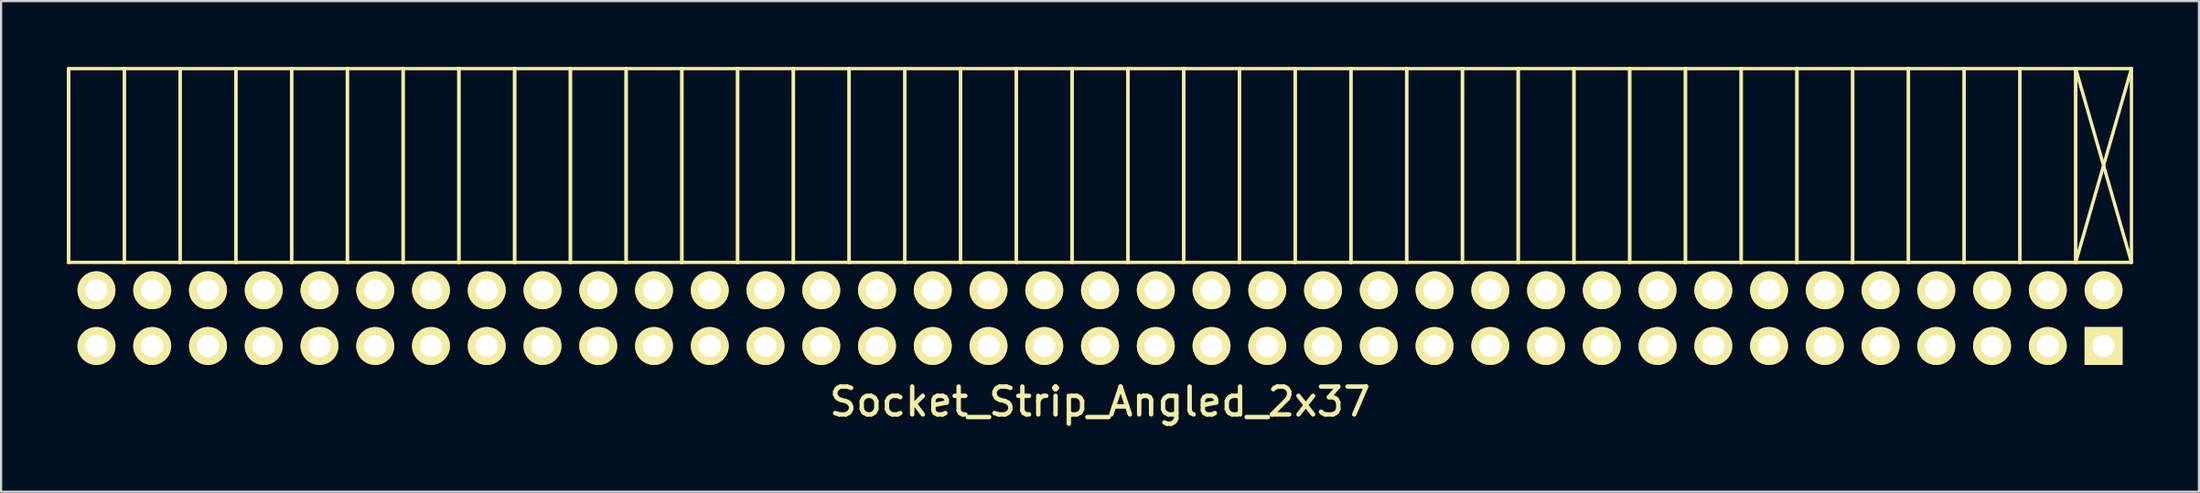
<source format=kicad_pcb>
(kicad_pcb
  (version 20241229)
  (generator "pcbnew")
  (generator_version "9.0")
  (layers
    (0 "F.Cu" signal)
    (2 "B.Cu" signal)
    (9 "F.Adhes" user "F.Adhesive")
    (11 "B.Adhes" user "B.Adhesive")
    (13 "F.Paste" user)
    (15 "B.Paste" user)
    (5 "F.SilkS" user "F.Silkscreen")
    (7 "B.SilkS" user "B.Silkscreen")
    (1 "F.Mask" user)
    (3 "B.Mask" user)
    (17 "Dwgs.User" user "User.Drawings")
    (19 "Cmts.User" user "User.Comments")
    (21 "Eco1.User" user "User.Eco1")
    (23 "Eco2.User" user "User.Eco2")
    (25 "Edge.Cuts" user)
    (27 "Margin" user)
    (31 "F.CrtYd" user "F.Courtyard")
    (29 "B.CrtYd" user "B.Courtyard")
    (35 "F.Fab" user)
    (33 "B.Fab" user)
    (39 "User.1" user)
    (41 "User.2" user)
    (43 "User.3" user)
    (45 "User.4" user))
  (footprint "Socket_Strip_Angled_2x37"
    (layer "F.Cu")
    (at 47.065 11.445)
    (property "Reference" "Socket_Strip_Angled_2x37" (at 0 3.81 0) (layer "F.SilkS") (effects (font (size 1.27 1.27) (thickness 0.203))))
    (attr through_hole)
    (fp_line (start -46.99 -11.37) (end -46.99 -2.54) (stroke (width 0.15) (type solid)) (layer "F.SilkS"))
    (fp_line (start -46.99 -2.54) (end -46.99 -11.37) (stroke (width 0.15) (type solid)) (layer "F.SilkS"))
    (fp_line (start -44.45 -11.37) (end -46.99 -11.37) (stroke (width 0.15) (type solid)) (layer "F.SilkS"))
    (fp_line (start -44.45 -11.37) (end -44.45 -2.54) (stroke (width 0.15) (type solid)) (layer "F.SilkS"))
    (fp_line (start -44.45 -2.54) (end -46.99 -2.54) (stroke (width 0.15) (type solid)) (layer "F.SilkS"))
    (fp_line (start -44.45 -2.54) (end -44.45 -11.37) (stroke (width 0.15) (type solid)) (layer "F.SilkS"))
    (fp_line (start -41.91 -11.37) (end -44.45 -11.37) (stroke (width 0.15) (type solid)) (layer "F.SilkS"))
    (fp_line (start -41.91 -11.37) (end -41.91 -2.54) (stroke (width 0.15) (type solid)) (layer "F.SilkS"))
    (fp_line (start -41.91 -2.54) (end -44.45 -2.54) (stroke (width 0.15) (type solid)) (layer "F.SilkS"))
    (fp_line (start -41.91 -2.54) (end -41.91 -11.37) (stroke (width 0.15) (type solid)) (layer "F.SilkS"))
    (fp_line (start -39.37 -11.37) (end -41.91 -11.37) (stroke (width 0.15) (type solid)) (layer "F.SilkS"))
    (fp_line (start -39.37 -11.37) (end -39.37 -2.54) (stroke (width 0.15) (type solid)) (layer "F.SilkS"))
    (fp_line (start -39.37 -2.54) (end -41.91 -2.54) (stroke (width 0.15) (type solid)) (layer "F.SilkS"))
    (fp_line (start -39.37 -2.54) (end -39.37 -11.37) (stroke (width 0.15) (type solid)) (layer "F.SilkS"))
    (fp_line (start -36.83 -11.37) (end -39.37 -11.37) (stroke (width 0.15) (type solid)) (layer "F.SilkS"))
    (fp_line (start -36.83 -11.37) (end -36.83 -2.54) (stroke (width 0.15) (type solid)) (layer "F.SilkS"))
    (fp_line (start -36.83 -2.54) (end -39.37 -2.54) (stroke (width 0.15) (type solid)) (layer "F.SilkS"))
    (fp_line (start -36.83 -2.54) (end -36.83 -11.37) (stroke (width 0.15) (type solid)) (layer "F.SilkS"))
    (fp_line (start -34.29 -11.37) (end -36.83 -11.37) (stroke (width 0.15) (type solid)) (layer "F.SilkS"))
    (fp_line (start -34.29 -11.37) (end -34.29 -2.54) (stroke (width 0.15) (type solid)) (layer "F.SilkS"))
    (fp_line (start -34.29 -2.54) (end -36.83 -2.54) (stroke (width 0.15) (type solid)) (layer "F.SilkS"))
    (fp_line (start -34.29 -2.54) (end -34.29 -11.37) (stroke (width 0.15) (type solid)) (layer "F.SilkS"))
    (fp_line (start -31.75 -11.37) (end -34.29 -11.37) (stroke (width 0.15) (type solid)) (layer "F.SilkS"))
    (fp_line (start -31.75 -11.37) (end -31.75 -2.54) (stroke (width 0.15) (type solid)) (layer "F.SilkS"))
    (fp_line (start -31.75 -2.54) (end -34.29 -2.54) (stroke (width 0.15) (type solid)) (layer "F.SilkS"))
    (fp_line (start -31.75 -2.54) (end -31.75 -11.37) (stroke (width 0.15) (type solid)) (layer "F.SilkS"))
    (fp_line (start -29.21 -11.37) (end -31.75 -11.37) (stroke (width 0.15) (type solid)) (layer "F.SilkS"))
    (fp_line (start -29.21 -11.37) (end -29.21 -2.54) (stroke (width 0.15) (type solid)) (layer "F.SilkS"))
    (fp_line (start -29.21 -2.54) (end -31.75 -2.54) (stroke (width 0.15) (type solid)) (layer "F.SilkS"))
    (fp_line (start -29.21 -2.54) (end -29.21 -11.37) (stroke (width 0.15) (type solid)) (layer "F.SilkS"))
    (fp_line (start -26.67 -11.37) (end -29.21 -11.37) (stroke (width 0.15) (type solid)) (layer "F.SilkS"))
    (fp_line (start -26.67 -11.37) (end -26.67 -2.54) (stroke (width 0.15) (type solid)) (layer "F.SilkS"))
    (fp_line (start -26.67 -2.54) (end -29.21 -2.54) (stroke (width 0.15) (type solid)) (layer "F.SilkS"))
    (fp_line (start -26.67 -2.54) (end -26.67 -11.37) (stroke (width 0.15) (type solid)) (layer "F.SilkS"))
    (fp_line (start -24.13 -11.37) (end -26.67 -11.37) (stroke (width 0.15) (type solid)) (layer "F.SilkS"))
    (fp_line (start -24.13 -11.37) (end -24.13 -2.54) (stroke (width 0.15) (type solid)) (layer "F.SilkS"))
    (fp_line (start -24.13 -2.54) (end -26.67 -2.54) (stroke (width 0.15) (type solid)) (layer "F.SilkS"))
    (fp_line (start -24.13 -2.54) (end -24.13 -11.37) (stroke (width 0.15) (type solid)) (layer "F.SilkS"))
    (fp_line (start -21.59 -11.37) (end -24.13 -11.37) (stroke (width 0.15) (type solid)) (layer "F.SilkS"))
    (fp_line (start -21.59 -11.37) (end -21.59 -2.54) (stroke (width 0.15) (type solid)) (layer "F.SilkS"))
    (fp_line (start -21.59 -2.54) (end -24.13 -2.54) (stroke (width 0.15) (type solid)) (layer "F.SilkS"))
    (fp_line (start -21.59 -2.54) (end -21.59 -11.37) (stroke (width 0.15) (type solid)) (layer "F.SilkS"))
    (fp_line (start -19.05 -11.37) (end -21.59 -11.37) (stroke (width 0.15) (type solid)) (layer "F.SilkS"))
    (fp_line (start -19.05 -11.37) (end -19.05 -2.54) (stroke (width 0.15) (type solid)) (layer "F.SilkS"))
    (fp_line (start -19.05 -2.54) (end -21.59 -2.54) (stroke (width 0.15) (type solid)) (layer "F.SilkS"))
    (fp_line (start -19.05 -2.54) (end -19.05 -11.37) (stroke (width 0.15) (type solid)) (layer "F.SilkS"))
    (fp_line (start -16.51 -11.37) (end -19.05 -11.37) (stroke (width 0.15) (type solid)) (layer "F.SilkS"))
    (fp_line (start -16.51 -11.37) (end -16.51 -2.54) (stroke (width 0.15) (type solid)) (layer "F.SilkS"))
    (fp_line (start -16.51 -2.54) (end -19.05 -2.54) (stroke (width 0.15) (type solid)) (layer "F.SilkS"))
    (fp_line (start -16.51 -2.54) (end -16.51 -11.37) (stroke (width 0.15) (type solid)) (layer "F.SilkS"))
    (fp_line (start -13.97 -11.37) (end -16.51 -11.37) (stroke (width 0.15) (type solid)) (layer "F.SilkS"))
    (fp_line (start -13.97 -11.37) (end -13.97 -2.54) (stroke (width 0.15) (type solid)) (layer "F.SilkS"))
    (fp_line (start -13.97 -2.54) (end -16.51 -2.54) (stroke (width 0.15) (type solid)) (layer "F.SilkS"))
    (fp_line (start -13.97 -2.54) (end -13.97 -11.37) (stroke (width 0.15) (type solid)) (layer "F.SilkS"))
    (fp_line (start -11.43 -11.37) (end -13.97 -11.37) (stroke (width 0.15) (type solid)) (layer "F.SilkS"))
    (fp_line (start -11.43 -11.37) (end -11.43 -2.54) (stroke (width 0.15) (type solid)) (layer "F.SilkS"))
    (fp_line (start -11.43 -2.54) (end -13.97 -2.54) (stroke (width 0.15) (type solid)) (layer "F.SilkS"))
    (fp_line (start -11.43 -2.54) (end -11.43 -11.37) (stroke (width 0.15) (type solid)) (layer "F.SilkS"))
    (fp_line (start -8.89 -11.37) (end -11.43 -11.37) (stroke (width 0.15) (type solid)) (layer "F.SilkS"))
    (fp_line (start -8.89 -11.37) (end -8.89 -2.54) (stroke (width 0.15) (type solid)) (layer "F.SilkS"))
    (fp_line (start -8.89 -2.54) (end -11.43 -2.54) (stroke (width 0.15) (type solid)) (layer "F.SilkS"))
    (fp_line (start -8.89 -2.54) (end -8.89 -11.37) (stroke (width 0.15) (type solid)) (layer "F.SilkS"))
    (fp_line (start -6.35 -11.37) (end -8.89 -11.37) (stroke (width 0.15) (type solid)) (layer "F.SilkS"))
    (fp_line (start -6.35 -11.37) (end -6.35 -2.54) (stroke (width 0.15) (type solid)) (layer "F.SilkS"))
    (fp_line (start -6.35 -2.54) (end -8.89 -2.54) (stroke (width 0.15) (type solid)) (layer "F.SilkS"))
    (fp_line (start -6.35 -2.54) (end -6.35 -11.37) (stroke (width 0.15) (type solid)) (layer "F.SilkS"))
    (fp_line (start -3.81 -11.37) (end -6.35 -11.37) (stroke (width 0.15) (type solid)) (layer "F.SilkS"))
    (fp_line (start -3.81 -11.37) (end -3.81 -2.54) (stroke (width 0.15) (type solid)) (layer "F.SilkS"))
    (fp_line (start -3.81 -2.54) (end -6.35 -2.54) (stroke (width 0.15) (type solid)) (layer "F.SilkS"))
    (fp_line (start -3.81 -2.54) (end -3.81 -11.37) (stroke (width 0.15) (type solid)) (layer "F.SilkS"))
    (fp_line (start -1.27 -11.37) (end -3.81 -11.37) (stroke (width 0.15) (type solid)) (layer "F.SilkS"))
    (fp_line (start -1.27 -11.37) (end -1.27 -2.54) (stroke (width 0.15) (type solid)) (layer "F.SilkS"))
    (fp_line (start -1.27 -2.54) (end -3.81 -2.54) (stroke (width 0.15) (type solid)) (layer "F.SilkS"))
    (fp_line (start -1.27 -2.54) (end -1.27 -11.37) (stroke (width 0.15) (type solid)) (layer "F.SilkS"))
    (fp_line (start 1.27 -11.37) (end -1.27 -11.37) (stroke (width 0.15) (type solid)) (layer "F.SilkS"))
    (fp_line (start 1.27 -11.37) (end 1.27 -2.54) (stroke (width 0.15) (type solid)) (layer "F.SilkS"))
    (fp_line (start 1.27 -2.54) (end -1.27 -2.54) (stroke (width 0.15) (type solid)) (layer "F.SilkS"))
    (fp_line (start 1.27 -2.54) (end 1.27 -11.37) (stroke (width 0.15) (type solid)) (layer "F.SilkS"))
    (fp_line (start 3.81 -11.37) (end 1.27 -11.37) (stroke (width 0.15) (type solid)) (layer "F.SilkS"))
    (fp_line (start 3.81 -11.37) (end 3.81 -2.54) (stroke (width 0.15) (type solid)) (layer "F.SilkS"))
    (fp_line (start 3.81 -2.54) (end 1.27 -2.54) (stroke (width 0.15) (type solid)) (layer "F.SilkS"))
    (fp_line (start 3.81 -2.54) (end 3.81 -11.37) (stroke (width 0.15) (type solid)) (layer "F.SilkS"))
    (fp_line (start 6.35 -11.37) (end 3.81 -11.37) (stroke (width 0.15) (type solid)) (layer "F.SilkS"))
    (fp_line (start 6.35 -11.37) (end 6.35 -2.54) (stroke (width 0.15) (type solid)) (layer "F.SilkS"))
    (fp_line (start 6.35 -2.54) (end 3.81 -2.54) (stroke (width 0.15) (type solid)) (layer "F.SilkS"))
    (fp_line (start 6.35 -2.54) (end 6.35 -11.37) (stroke (width 0.15) (type solid)) (layer "F.SilkS"))
    (fp_line (start 8.89 -11.37) (end 6.35 -11.37) (stroke (width 0.15) (type solid)) (layer "F.SilkS"))
    (fp_line (start 8.89 -11.37) (end 8.89 -2.54) (stroke (width 0.15) (type solid)) (layer "F.SilkS"))
    (fp_line (start 8.89 -2.54) (end 6.35 -2.54) (stroke (width 0.15) (type solid)) (layer "F.SilkS"))
    (fp_line (start 8.89 -2.54) (end 8.89 -11.37) (stroke (width 0.15) (type solid)) (layer "F.SilkS"))
    (fp_line (start 11.43 -11.37) (end 8.89 -11.37) (stroke (width 0.15) (type solid)) (layer "F.SilkS"))
    (fp_line (start 11.43 -11.37) (end 11.43 -2.54) (stroke (width 0.15) (type solid)) (layer "F.SilkS"))
    (fp_line (start 11.43 -2.54) (end 8.89 -2.54) (stroke (width 0.15) (type solid)) (layer "F.SilkS"))
    (fp_line (start 11.43 -2.54) (end 11.43 -11.37) (stroke (width 0.15) (type solid)) (layer "F.SilkS"))
    (fp_line (start 13.97 -11.37) (end 11.43 -11.37) (stroke (width 0.15) (type solid)) (layer "F.SilkS"))
    (fp_line (start 13.97 -11.37) (end 13.97 -2.54) (stroke (width 0.15) (type solid)) (layer "F.SilkS"))
    (fp_line (start 13.97 -2.54) (end 11.43 -2.54) (stroke (width 0.15) (type solid)) (layer "F.SilkS"))
    (fp_line (start 13.97 -2.54) (end 13.97 -11.37) (stroke (width 0.15) (type solid)) (layer "F.SilkS"))
    (fp_line (start 16.51 -11.37) (end 13.97 -11.37) (stroke (width 0.15) (type solid)) (layer "F.SilkS"))
    (fp_line (start 16.51 -11.37) (end 16.51 -2.54) (stroke (width 0.15) (type solid)) (layer "F.SilkS"))
    (fp_line (start 16.51 -2.54) (end 13.97 -2.54) (stroke (width 0.15) (type solid)) (layer "F.SilkS"))
    (fp_line (start 16.51 -2.54) (end 16.51 -11.37) (stroke (width 0.15) (type solid)) (layer "F.SilkS"))
    (fp_line (start 19.05 -11.37) (end 16.51 -11.37) (stroke (width 0.15) (type solid)) (layer "F.SilkS"))
    (fp_line (start 19.05 -11.37) (end 19.05 -2.54) (stroke (width 0.15) (type solid)) (layer "F.SilkS"))
    (fp_line (start 19.05 -2.54) (end 16.51 -2.54) (stroke (width 0.15) (type solid)) (layer "F.SilkS"))
    (fp_line (start 19.05 -2.54) (end 19.05 -11.37) (stroke (width 0.15) (type solid)) (layer "F.SilkS"))
    (fp_line (start 21.59 -11.37) (end 19.05 -11.37) (stroke (width 0.15) (type solid)) (layer "F.SilkS"))
    (fp_line (start 21.59 -11.37) (end 21.59 -2.54) (stroke (width 0.15) (type solid)) (layer "F.SilkS"))
    (fp_line (start 21.59 -2.54) (end 19.05 -2.54) (stroke (width 0.15) (type solid)) (layer "F.SilkS"))
    (fp_line (start 21.59 -2.54) (end 21.59 -11.37) (stroke (width 0.15) (type solid)) (layer "F.SilkS"))
    (fp_line (start 24.13 -11.37) (end 21.59 -11.37) (stroke (width 0.15) (type solid)) (layer "F.SilkS"))
    (fp_line (start 24.13 -11.37) (end 24.13 -2.54) (stroke (width 0.15) (type solid)) (layer "F.SilkS"))
    (fp_line (start 24.13 -2.54) (end 21.59 -2.54) (stroke (width 0.15) (type solid)) (layer "F.SilkS"))
    (fp_line (start 24.13 -2.54) (end 24.13 -11.37) (stroke (width 0.15) (type solid)) (layer "F.SilkS"))
    (fp_line (start 26.67 -11.37) (end 24.13 -11.37) (stroke (width 0.15) (type solid)) (layer "F.SilkS"))
    (fp_line (start 26.67 -11.37) (end 26.67 -2.54) (stroke (width 0.15) (type solid)) (layer "F.SilkS"))
    (fp_line (start 26.67 -2.54) (end 24.13 -2.54) (stroke (width 0.15) (type solid)) (layer "F.SilkS"))
    (fp_line (start 26.67 -2.54) (end 26.67 -11.37) (stroke (width 0.15) (type solid)) (layer "F.SilkS"))
    (fp_line (start 29.21 -11.37) (end 26.67 -11.37) (stroke (width 0.15) (type solid)) (layer "F.SilkS"))
    (fp_line (start 29.21 -11.37) (end 29.21 -2.54) (stroke (width 0.15) (type solid)) (layer "F.SilkS"))
    (fp_line (start 29.21 -2.54) (end 26.67 -2.54) (stroke (width 0.15) (type solid)) (layer "F.SilkS"))
    (fp_line (start 29.21 -2.54) (end 29.21 -11.37) (stroke (width 0.15) (type solid)) (layer "F.SilkS"))
    (fp_line (start 31.75 -11.37) (end 29.21 -11.37) (stroke (width 0.15) (type solid)) (layer "F.SilkS"))
    (fp_line (start 31.75 -11.37) (end 31.75 -2.54) (stroke (width 0.15) (type solid)) (layer "F.SilkS"))
    (fp_line (start 31.75 -2.54) (end 29.21 -2.54) (stroke (width 0.15) (type solid)) (layer "F.SilkS"))
    (fp_line (start 31.75 -2.54) (end 31.75 -11.37) (stroke (width 0.15) (type solid)) (layer "F.SilkS"))
    (fp_line (start 34.29 -11.37) (end 31.75 -11.37) (stroke (width 0.15) (type solid)) (layer "F.SilkS"))
    (fp_line (start 34.29 -11.37) (end 34.29 -2.54) (stroke (width 0.15) (type solid)) (layer "F.SilkS"))
    (fp_line (start 34.29 -2.54) (end 31.75 -2.54) (stroke (width 0.15) (type solid)) (layer "F.SilkS"))
    (fp_line (start 34.29 -2.54) (end 34.29 -11.37) (stroke (width 0.15) (type solid)) (layer "F.SilkS"))
    (fp_line (start 36.83 -11.37) (end 34.29 -11.37) (stroke (width 0.15) (type solid)) (layer "F.SilkS"))
    (fp_line (start 36.83 -11.37) (end 36.83 -2.54) (stroke (width 0.15) (type solid)) (layer "F.SilkS"))
    (fp_line (start 36.83 -2.54) (end 34.29 -2.54) (stroke (width 0.15) (type solid)) (layer "F.SilkS"))
    (fp_line (start 36.83 -2.54) (end 36.83 -11.37) (stroke (width 0.15) (type solid)) (layer "F.SilkS"))
    (fp_line (start 39.37 -11.37) (end 36.83 -11.37) (stroke (width 0.15) (type solid)) (layer "F.SilkS"))
    (fp_line (start 39.37 -11.37) (end 39.37 -2.54) (stroke (width 0.15) (type solid)) (layer "F.SilkS"))
    (fp_line (start 39.37 -2.54) (end 36.83 -2.54) (stroke (width 0.15) (type solid)) (layer "F.SilkS"))
    (fp_line (start 39.37 -2.54) (end 39.37 -11.37) (stroke (width 0.15) (type solid)) (layer "F.SilkS"))
    (fp_line (start 41.91 -11.37) (end 39.37 -11.37) (stroke (width 0.15) (type solid)) (layer "F.SilkS"))
    (fp_line (start 41.91 -11.37) (end 41.91 -2.54) (stroke (width 0.15) (type solid)) (layer "F.SilkS"))
    (fp_line (start 41.91 -2.54) (end 39.37 -2.54) (stroke (width 0.15) (type solid)) (layer "F.SilkS"))
    (fp_line (start 41.91 -2.54) (end 41.91 -11.37) (stroke (width 0.15) (type solid)) (layer "F.SilkS"))
    (fp_line (start 44.45 -11.37) (end 41.91 -11.37) (stroke (width 0.15) (type solid)) (layer "F.SilkS"))
    (fp_line (start 44.45 -11.37) (end 44.45 -2.54) (stroke (width 0.15) (type solid)) (layer "F.SilkS"))
    (fp_line (start 44.45 -2.54) (end 41.91 -2.54) (stroke (width 0.15) (type solid)) (layer "F.SilkS"))
    (fp_line (start 44.45 -2.54) (end 44.45 -11.37) (stroke (width 0.15) (type solid)) (layer "F.SilkS"))
    (fp_line (start 46.99 -11.37) (end 44.45 -11.37) (stroke (width 0.15) (type solid)) (layer "F.SilkS"))
    (fp_line (start 46.99 -11.37) (end 44.45 -2.54) (stroke (width 0.15) (type solid)) (layer "F.SilkS"))
    (fp_line (start 46.99 -2.54) (end 44.45 -11.37) (stroke (width 0.15) (type solid)) (layer "F.SilkS"))
    (fp_line (start 46.99 -2.54) (end 44.45 -2.54) (stroke (width 0.15) (type solid)) (layer "F.SilkS"))
    (fp_line (start 46.99 -2.54) (end 46.99 -11.37) (stroke (width 0.15) (type solid)) (layer "F.SilkS"))
    (pad "1" thru_hole rect (at 45.72 1.27 180) (size 1.727 1.727) (drill 1.016) (layers "*.Cu" "*.Mask" "F.SilkS"))
    (pad "2" thru_hole oval (at 45.72 -1.27 180) (size 1.727 1.727) (drill 1.016) (layers "*.Cu" "*.Mask" "F.SilkS"))
    (pad "3" thru_hole oval (at 43.18 1.27 180) (size 1.727 1.727) (drill 1.016) (layers "*.Cu" "*.Mask" "F.SilkS"))
    (pad "4" thru_hole oval (at 43.18 -1.27 180) (size 1.727 1.727) (drill 1.016) (layers "*.Cu" "*.Mask" "F.SilkS"))
    (pad "5" thru_hole oval (at 40.64 1.27 180) (size 1.727 1.727) (drill 1.016) (layers "*.Cu" "*.Mask" "F.SilkS"))
    (pad "6" thru_hole oval (at 40.64 -1.27 180) (size 1.727 1.727) (drill 1.016) (layers "*.Cu" "*.Mask" "F.SilkS"))
    (pad "7" thru_hole oval (at 38.1 1.27 180) (size 1.727 1.727) (drill 1.016) (layers "*.Cu" "*.Mask" "F.SilkS"))
    (pad "8" thru_hole oval (at 38.1 -1.27 180) (size 1.727 1.727) (drill 1.016) (layers "*.Cu" "*.Mask" "F.SilkS"))
    (pad "9" thru_hole oval (at 35.56 1.27 180) (size 1.727 1.727) (drill 1.016) (layers "*.Cu" "*.Mask" "F.SilkS"))
    (pad "10" thru_hole oval (at 35.56 -1.27 180) (size 1.727 1.727) (drill 1.016) (layers "*.Cu" "*.Mask" "F.SilkS"))
    (pad "11" thru_hole oval (at 33.02 1.27 180) (size 1.727 1.727) (drill 1.016) (layers "*.Cu" "*.Mask" "F.SilkS"))
    (pad "12" thru_hole oval (at 33.02 -1.27 180) (size 1.727 1.727) (drill 1.016) (layers "*.Cu" "*.Mask" "F.SilkS"))
    (pad "13" thru_hole oval (at 30.48 1.27 180) (size 1.727 1.727) (drill 1.016) (layers "*.Cu" "*.Mask" "F.SilkS"))
    (pad "14" thru_hole oval (at 30.48 -1.27 180) (size 1.727 1.727) (drill 1.016) (layers "*.Cu" "*.Mask" "F.SilkS"))
    (pad "15" thru_hole oval (at 27.94 1.27 180) (size 1.727 1.727) (drill 1.016) (layers "*.Cu" "*.Mask" "F.SilkS"))
    (pad "16" thru_hole oval (at 27.94 -1.27 180) (size 1.727 1.727) (drill 1.016) (layers "*.Cu" "*.Mask" "F.SilkS"))
    (pad "17" thru_hole oval (at 25.4 1.27 180) (size 1.727 1.727) (drill 1.016) (layers "*.Cu" "*.Mask" "F.SilkS"))
    (pad "18" thru_hole oval (at 25.4 -1.27 180) (size 1.727 1.727) (drill 1.016) (layers "*.Cu" "*.Mask" "F.SilkS"))
    (pad "19" thru_hole oval (at 22.86 1.27 180) (size 1.727 1.727) (drill 1.016) (layers "*.Cu" "*.Mask" "F.SilkS"))
    (pad "20" thru_hole oval (at 22.86 -1.27 180) (size 1.727 1.727) (drill 1.016) (layers "*.Cu" "*.Mask" "F.SilkS"))
    (pad "21" thru_hole oval (at 20.32 1.27 180) (size 1.727 1.727) (drill 1.016) (layers "*.Cu" "*.Mask" "F.SilkS"))
    (pad "22" thru_hole oval (at 20.32 -1.27 180) (size 1.727 1.727) (drill 1.016) (layers "*.Cu" "*.Mask" "F.SilkS"))
    (pad "23" thru_hole oval (at 17.78 1.27 180) (size 1.727 1.727) (drill 1.016) (layers "*.Cu" "*.Mask" "F.SilkS"))
    (pad "24" thru_hole oval (at 17.78 -1.27 180) (size 1.727 1.727) (drill 1.016) (layers "*.Cu" "*.Mask" "F.SilkS"))
    (pad "25" thru_hole oval (at 15.24 1.27 180) (size 1.727 1.727) (drill 1.016) (layers "*.Cu" "*.Mask" "F.SilkS"))
    (pad "26" thru_hole oval (at 15.24 -1.27 180) (size 1.727 1.727) (drill 1.016) (layers "*.Cu" "*.Mask" "F.SilkS"))
    (pad "27" thru_hole oval (at 12.7 1.27 180) (size 1.727 1.727) (drill 1.016) (layers "*.Cu" "*.Mask" "F.SilkS"))
    (pad "28" thru_hole oval (at 12.7 -1.27 180) (size 1.727 1.727) (drill 1.016) (layers "*.Cu" "*.Mask" "F.SilkS"))
    (pad "29" thru_hole oval (at 10.16 1.27 180) (size 1.727 1.727) (drill 1.016) (layers "*.Cu" "*.Mask" "F.SilkS"))
    (pad "30" thru_hole oval (at 10.16 -1.27 180) (size 1.727 1.727) (drill 1.016) (layers "*.Cu" "*.Mask" "F.SilkS"))
    (pad "31" thru_hole oval (at 7.62 1.27 180) (size 1.727 1.727) (drill 1.016) (layers "*.Cu" "*.Mask" "F.SilkS"))
    (pad "32" thru_hole oval (at 7.62 -1.27 180) (size 1.727 1.727) (drill 1.016) (layers "*.Cu" "*.Mask" "F.SilkS"))
    (pad "33" thru_hole oval (at 5.08 1.27 180) (size 1.727 1.727) (drill 1.016) (layers "*.Cu" "*.Mask" "F.SilkS"))
    (pad "34" thru_hole oval (at 5.08 -1.27 180) (size 1.727 1.727) (drill 1.016) (layers "*.Cu" "*.Mask" "F.SilkS"))
    (pad "35" thru_hole oval (at 2.54 1.27 180) (size 1.727 1.727) (drill 1.016) (layers "*.Cu" "*.Mask" "F.SilkS"))
    (pad "36" thru_hole oval (at 2.54 -1.27 180) (size 1.727 1.727) (drill 1.016) (layers "*.Cu" "*.Mask" "F.SilkS"))
    (pad "37" thru_hole oval (at 0 1.27 180) (size 1.727 1.727) (drill 1.016) (layers "*.Cu" "*.Mask" "F.SilkS"))
    (pad "38" thru_hole oval (at 0 -1.27 180) (size 1.727 1.727) (drill 1.016) (layers "*.Cu" "*.Mask" "F.SilkS"))
    (pad "39" thru_hole oval (at -2.54 1.27 180) (size 1.727 1.727) (drill 1.016) (layers "*.Cu" "*.Mask" "F.SilkS"))
    (pad "40" thru_hole oval (at -2.54 -1.27 180) (size 1.727 1.727) (drill 1.016) (layers "*.Cu" "*.Mask" "F.SilkS"))
    (pad "41" thru_hole oval (at -5.08 1.27 180) (size 1.727 1.727) (drill 1.016) (layers "*.Cu" "*.Mask" "F.SilkS"))
    (pad "42" thru_hole oval (at -5.08 -1.27 180) (size 1.727 1.727) (drill 1.016) (layers "*.Cu" "*.Mask" "F.SilkS"))
    (pad "43" thru_hole oval (at -7.62 1.27 180) (size 1.727 1.727) (drill 1.016) (layers "*.Cu" "*.Mask" "F.SilkS"))
    (pad "44" thru_hole oval (at -7.62 -1.27 180) (size 1.727 1.727) (drill 1.016) (layers "*.Cu" "*.Mask" "F.SilkS"))
    (pad "45" thru_hole oval (at -10.16 1.27 180) (size 1.727 1.727) (drill 1.016) (layers "*.Cu" "*.Mask" "F.SilkS"))
    (pad "46" thru_hole oval (at -10.16 -1.27 180) (size 1.727 1.727) (drill 1.016) (layers "*.Cu" "*.Mask" "F.SilkS"))
    (pad "47" thru_hole oval (at -12.7 1.27 180) (size 1.727 1.727) (drill 1.016) (layers "*.Cu" "*.Mask" "F.SilkS"))
    (pad "48" thru_hole oval (at -12.7 -1.27 180) (size 1.727 1.727) (drill 1.016) (layers "*.Cu" "*.Mask" "F.SilkS"))
    (pad "49" thru_hole oval (at -15.24 1.27 180) (size 1.727 1.727) (drill 1.016) (layers "*.Cu" "*.Mask" "F.SilkS"))
    (pad "50" thru_hole oval (at -15.24 -1.27 180) (size 1.727 1.727) (drill 1.016) (layers "*.Cu" "*.Mask" "F.SilkS"))
    (pad "51" thru_hole oval (at -17.78 1.27 180) (size 1.727 1.727) (drill 1.016) (layers "*.Cu" "*.Mask" "F.SilkS"))
    (pad "52" thru_hole oval (at -17.78 -1.27 180) (size 1.727 1.727) (drill 1.016) (layers "*.Cu" "*.Mask" "F.SilkS"))
    (pad "53" thru_hole oval (at -20.32 1.27 180) (size 1.727 1.727) (drill 1.016) (layers "*.Cu" "*.Mask" "F.SilkS"))
    (pad "54" thru_hole oval (at -20.32 -1.27 180) (size 1.727 1.727) (drill 1.016) (layers "*.Cu" "*.Mask" "F.SilkS"))
    (pad "55" thru_hole oval (at -22.86 1.27 180) (size 1.727 1.727) (drill 1.016) (layers "*.Cu" "*.Mask" "F.SilkS"))
    (pad "56" thru_hole oval (at -22.86 -1.27 180) (size 1.727 1.727) (drill 1.016) (layers "*.Cu" "*.Mask" "F.SilkS"))
    (pad "57" thru_hole oval (at -25.4 1.27 180) (size 1.727 1.727) (drill 1.016) (layers "*.Cu" "*.Mask" "F.SilkS"))
    (pad "58" thru_hole oval (at -25.4 -1.27 180) (size 1.727 1.727) (drill 1.016) (layers "*.Cu" "*.Mask" "F.SilkS"))
    (pad "59" thru_hole oval (at -27.94 1.27 180) (size 1.727 1.727) (drill 1.016) (layers "*.Cu" "*.Mask" "F.SilkS"))
    (pad "60" thru_hole oval (at -27.94 -1.27 180) (size 1.727 1.727) (drill 1.016) (layers "*.Cu" "*.Mask" "F.SilkS"))
    (pad "61" thru_hole oval (at -30.48 1.27 180) (size 1.727 1.727) (drill 1.016) (layers "*.Cu" "*.Mask" "F.SilkS"))
    (pad "62" thru_hole oval (at -30.48 -1.27 180) (size 1.727 1.727) (drill 1.016) (layers "*.Cu" "*.Mask" "F.SilkS"))
    (pad "63" thru_hole oval (at -33.02 1.27 180) (size 1.727 1.727) (drill 1.016) (layers "*.Cu" "*.Mask" "F.SilkS"))
    (pad "64" thru_hole oval (at -33.02 -1.27 180) (size 1.727 1.727) (drill 1.016) (layers "*.Cu" "*.Mask" "F.SilkS"))
    (pad "65" thru_hole oval (at -35.56 1.27 180) (size 1.727 1.727) (drill 1.016) (layers "*.Cu" "*.Mask" "F.SilkS"))
    (pad "66" thru_hole oval (at -35.56 -1.27 180) (size 1.727 1.727) (drill 1.016) (layers "*.Cu" "*.Mask" "F.SilkS"))
    (pad "67" thru_hole oval (at -38.1 1.27 180) (size 1.727 1.727) (drill 1.016) (layers "*.Cu" "*.Mask" "F.SilkS"))
    (pad "68" thru_hole oval (at -38.1 -1.27 180) (size 1.727 1.727) (drill 1.016) (layers "*.Cu" "*.Mask" "F.SilkS"))
    (pad "69" thru_hole oval (at -40.64 1.27 180) (size 1.727 1.727) (drill 1.016) (layers "*.Cu" "*.Mask" "F.SilkS"))
    (pad "70" thru_hole oval (at -40.64 -1.27 180) (size 1.727 1.727) (drill 1.016) (layers "*.Cu" "*.Mask" "F.SilkS"))
    (pad "71" thru_hole oval (at -43.18 1.27 180) (size 1.727 1.727) (drill 1.016) (layers "*.Cu" "*.Mask" "F.SilkS"))
    (pad "72" thru_hole oval (at -43.18 -1.27 180) (size 1.727 1.727) (drill 1.016) (layers "*.Cu" "*.Mask" "F.SilkS"))
    (pad "73" thru_hole oval (at -45.72 1.27 180) (size 1.727 1.727) (drill 1.016) (layers "*.Cu" "*.Mask" "F.SilkS"))
    (pad "74" thru_hole oval (at -45.72 -1.27 180) (size 1.727 1.727) (drill 1.016) (layers "*.Cu" "*.Mask" "F.SilkS")))
  (gr_rect
    (start -3 -3)
    (end 97.13 19.355)
    (stroke (width 0.1) (type default))
    (fill no)
    (layer "Edge.Cuts")))
</source>
